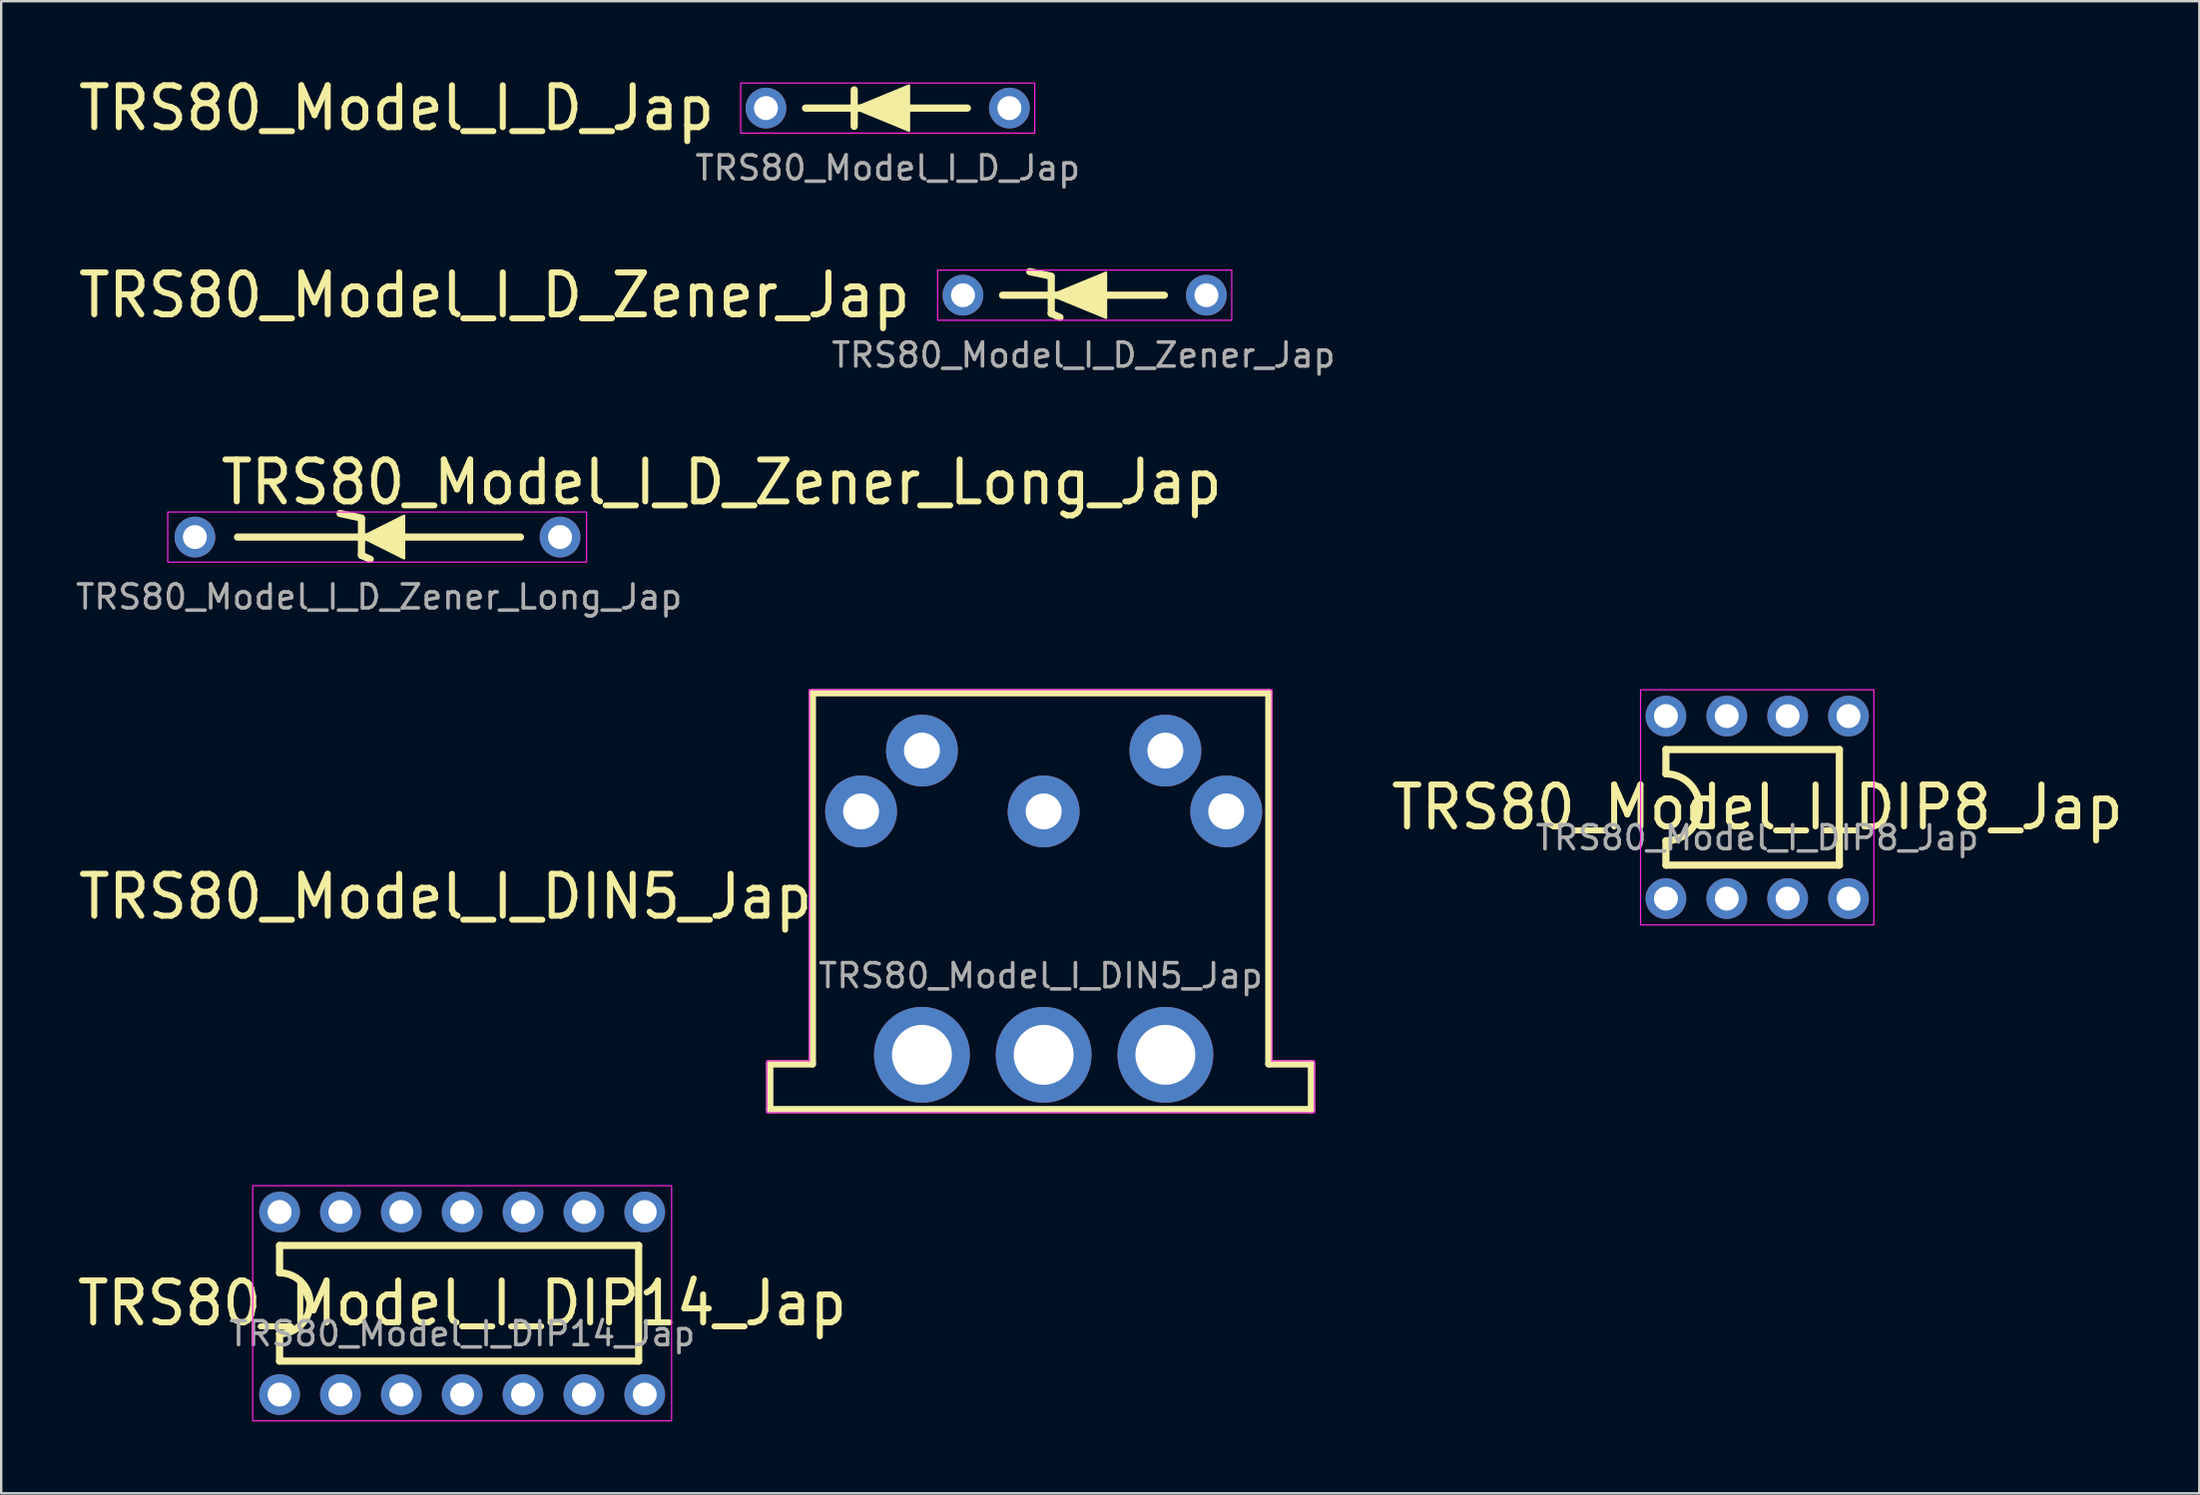
<source format=kicad_pcb>
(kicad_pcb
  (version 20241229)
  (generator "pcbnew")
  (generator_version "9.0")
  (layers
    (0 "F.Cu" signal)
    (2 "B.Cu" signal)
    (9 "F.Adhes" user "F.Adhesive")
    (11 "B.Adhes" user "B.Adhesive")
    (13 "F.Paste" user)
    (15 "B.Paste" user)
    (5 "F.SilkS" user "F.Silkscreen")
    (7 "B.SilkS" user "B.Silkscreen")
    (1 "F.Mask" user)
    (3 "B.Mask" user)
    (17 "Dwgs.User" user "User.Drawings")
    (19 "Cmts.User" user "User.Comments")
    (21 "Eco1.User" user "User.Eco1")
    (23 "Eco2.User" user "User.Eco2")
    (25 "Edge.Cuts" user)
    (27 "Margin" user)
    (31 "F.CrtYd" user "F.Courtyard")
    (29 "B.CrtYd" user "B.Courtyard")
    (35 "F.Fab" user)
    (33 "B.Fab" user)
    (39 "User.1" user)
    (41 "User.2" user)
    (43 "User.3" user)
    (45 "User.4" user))
  (footprint "TRS80_Model_I_D_Zener_Long_Jap"
    (layer "F.Cu")
    (at 12.768 19.37)
    (property "Reference" "TRS80_Model_I_D_Zener_Long_Jap" (at -6.731 -2.286 0) (unlocked yes) (layer "F.SilkS") (effects (font (size 1.75 1.65) (thickness 0.25)) (justify left)))
    (attr through_hole)
    (fp_line (start -5.905 0) (end 5.905 0) (stroke (width 0.3) (type solid)) (layer "F.SilkS"))
    (fp_line (start -1.626 -0.984) (end -0.731 -0.794) (stroke (width 0.3) (type solid)) (layer "F.SilkS"))
    (fp_line (start -0.731 -0.762) (end -0.731 0.762) (stroke (width 0.3) (type solid)) (layer "F.SilkS"))
    (fp_line (start -0.731 0.762) (end -0.365 0.925) (stroke (width 0.3) (type solid)) (layer "F.SilkS"))
    (fp_poly (pts (xy -0.731 0) (xy 1.047 -0.889) (xy 1.047 0.889)) (stroke (width 0.1) (type solid)) (fill yes) (layer "F.SilkS"))
    (fp_rect (start -8.817 -1.046) (end 8.666 1.046) (stroke (width 0.05) (type default)) (fill no) (layer "F.CrtYd"))
    (fp_text user "${REFERENCE}" (at 0 2.5 0) (unlocked yes) (layer "F.Fab") (effects (font (size 1 1) (thickness 0.15))))
    (pad "1" thru_hole circle (at -7.684 0) (size 1.7 1.7) (drill 1) (layers "*.Cu" "*.Mask"))
    (pad "2" thru_hole circle (at 7.556 0) (size 1.7 1.7) (drill 1) (layers "*.Cu" "*.Mask")))
  (footprint "TRS80_Model_I_DIN5_Jap"
    (layer "F.Cu")
    (at 40.382 34.379)
    (property "Reference" "TRS80_Model_I_DIN5_Jap" (at -9.398 0 0) (unlocked yes) (layer "F.SilkS") (effects (font (size 1.75 1.65) (thickness 0.25)) (justify right)))
    (attr through_hole)
    (fp_line (start -11.303 6.985) (end -11.303 8.89) (stroke (width 0.3) (type solid)) (layer "F.SilkS"))
    (fp_line (start -11.303 6.985) (end -9.525 6.985) (stroke (width 0.3) (type solid)) (layer "F.SilkS"))
    (fp_line (start -9.525 -8.509) (end 9.525 -8.509) (stroke (width 0.3) (type solid)) (layer "F.SilkS"))
    (fp_line (start -9.525 6.985) (end -9.525 -8.509) (stroke (width 0.3) (type solid)) (layer "F.SilkS"))
    (fp_line (start 9.525 6.985) (end 9.525 -8.509) (stroke (width 0.3) (type solid)) (layer "F.SilkS"))
    (fp_line (start 9.525 6.985) (end 11.303 6.985) (stroke (width 0.3) (type solid)) (layer "F.SilkS"))
    (fp_line (start 11.303 6.985) (end 11.303 8.89) (stroke (width 0.3) (type solid)) (layer "F.SilkS"))
    (fp_line (start 11.303 8.89) (end -11.303 8.89) (stroke (width 0.3) (type solid)) (layer "F.SilkS"))
    (fp_line (start -11.43 6.858) (end -11.43 9.017) (stroke (width 0.05) (type default)) (layer "F.CrtYd"))
    (fp_line (start -11.43 9.017) (end 11.43 9.017) (stroke (width 0.05) (type default)) (layer "F.CrtYd"))
    (fp_line (start -9.652 -8.636) (end -9.652 6.858) (stroke (width 0.05) (type default)) (layer "F.CrtYd"))
    (fp_line (start -9.652 6.858) (end -11.43 6.858) (stroke (width 0.05) (type default)) (layer "F.CrtYd"))
    (fp_line (start 9.652 -8.636) (end -9.652 -8.636) (stroke (width 0.05) (type default)) (layer "F.CrtYd"))
    (fp_line (start 9.652 6.858) (end 9.652 -8.636) (stroke (width 0.05) (type default)) (layer "F.CrtYd"))
    (fp_line (start 11.43 6.858) (end 9.652 6.858) (stroke (width 0.05) (type default)) (layer "F.CrtYd"))
    (fp_line (start 11.43 9.017) (end 11.43 6.858) (stroke (width 0.05) (type default)) (layer "F.CrtYd"))
    (fp_text user "${REFERENCE}" (at 0 3.302 0) (unlocked yes) (layer "F.Fab") (effects (font (size 1 1) (thickness 0.15))))
    (pad "1" thru_hole circle (at 7.747 -3.556) (size 3 3) (drill 1.5) (layers "*.Cu" "*.Mask"))
    (pad "2" thru_hole circle (at 0.127 -3.556) (size 3 3) (drill 1.5) (layers "*.Cu" "*.Mask"))
    (pad "3" thru_hole circle (at -7.493 -3.556) (size 3 3) (drill 1.5) (layers "*.Cu" "*.Mask"))
    (pad "4" thru_hole circle (at 5.207 -6.096) (size 3 3) (drill 1.5) (layers "*.Cu" "*.Mask"))
    (pad "5" thru_hole circle (at -4.953 -6.096) (size 3 3) (drill 1.5) (layers "*.Cu" "*.Mask"))
    (pad "6" thru_hole circle (at -4.953 6.604) (size 4 4) (drill 2.5) (layers "*.Cu" "*.Mask"))
    (pad "6" thru_hole circle (at 0.127 6.604) (size 4 4) (drill 2.5) (layers "*.Cu" "*.Mask"))
    (pad "6" thru_hole circle (at 5.207 6.604) (size 4 4) (drill 2.5) (layers "*.Cu" "*.Mask")))
  (footprint "TRS80_Model_I_DIP14_Jap"
    (layer "F.Cu")
    (at 16.239 51.355)
    (property "Reference" "TRS80_Model_I_DIP14_Jap" (at 0 0 0) (unlocked yes) (layer "F.SilkS") (effects (font (size 1.75 1.65) (thickness 0.25))))
    (attr through_hole)
    (fp_line (start -7.62 -1.27) (end -7.62 -2.413) (stroke (width 0.3) (type solid)) (layer "F.SilkS"))
    (fp_line (start -7.62 2.413) (end -7.62 1.27) (stroke (width 0.3) (type solid)) (layer "F.SilkS"))
    (fp_line (start 7.366 -2.413) (end -7.62 -2.413) (stroke (width 0.3) (type solid)) (layer "F.SilkS"))
    (fp_line (start 7.366 -2.413) (end 7.366 2.413) (stroke (width 0.3) (type solid)) (layer "F.SilkS"))
    (fp_line (start 7.366 2.413) (end -7.62 2.413) (stroke (width 0.3) (type solid)) (layer "F.SilkS"))
    (fp_arc (start -7.62 -1.27) (mid -6.35 0) (end -7.62 1.27) (stroke (width 0.3) (type solid)) (layer "F.SilkS"))
    (fp_rect (start -8.742 -4.909) (end 8.742 4.909) (stroke (width 0.05) (type default)) (fill no) (layer "F.CrtYd"))
    (fp_text user "${REFERENCE}" (at 0 1.27 0) (unlocked yes) (layer "F.Fab") (effects (font (size 1 1) (thickness 0.15))))
    (pad "1" thru_hole circle (at -7.62 3.81) (size 1.7 1.7) (drill 1) (layers "*.Cu" "*.Mask"))
    (pad "2" thru_hole circle (at -5.08 3.81) (size 1.7 1.7) (drill 1) (layers "*.Cu" "*.Mask"))
    (pad "3" thru_hole circle (at -2.54 3.81) (size 1.7 1.7) (drill 1) (layers "*.Cu" "*.Mask"))
    (pad "4" thru_hole circle (at 0 3.81) (size 1.7 1.7) (drill 1) (layers "*.Cu" "*.Mask"))
    (pad "5" thru_hole circle (at 2.54 3.81) (size 1.7 1.7) (drill 1) (layers "*.Cu" "*.Mask"))
    (pad "6" thru_hole circle (at 5.08 3.81) (size 1.7 1.7) (drill 1) (layers "*.Cu" "*.Mask"))
    (pad "7" thru_hole circle (at 7.62 3.81) (size 1.7 1.7) (drill 1) (layers "*.Cu" "*.Mask"))
    (pad "8" thru_hole circle (at 7.62 -3.81) (size 1.7 1.7) (drill 1) (layers "*.Cu" "*.Mask"))
    (pad "9" thru_hole circle (at 5.08 -3.81) (size 1.7 1.7) (drill 1) (layers "*.Cu" "*.Mask"))
    (pad "10" thru_hole circle (at 2.54 -3.81) (size 1.7 1.7) (drill 1) (layers "*.Cu" "*.Mask"))
    (pad "11" thru_hole circle (at 0 -3.81) (size 1.7 1.7) (drill 1) (layers "*.Cu" "*.Mask"))
    (pad "12" thru_hole circle (at -2.54 -3.81) (size 1.7 1.7) (drill 1) (layers "*.Cu" "*.Mask"))
    (pad "13" thru_hole circle (at -5.08 -3.81) (size 1.7 1.7) (drill 1) (layers "*.Cu" "*.Mask"))
    (pad "14" thru_hole circle (at -7.62 -3.81) (size 1.7 1.7) (drill 1) (layers "*.Cu" "*.Mask")))
  (footprint "TRS80_Model_I_D_Zener_Jap"
    (layer "F.Cu")
    (at 42.17 9.273)
    (property "Reference" "TRS80_Model_I_D_Zener_Jap" (at -7.1 0 0) (unlocked yes) (layer "F.SilkS") (effects (font (size 1.75 1.65) (thickness 0.25)) (justify right)))
    (attr through_hole)
    (fp_line (start -3.377 0) (end 3.377 0) (stroke (width 0.3) (type solid)) (layer "F.SilkS"))
    (fp_line (start -2.24 -0.984) (end -1.345 -0.794) (stroke (width 0.3) (type solid)) (layer "F.SilkS"))
    (fp_line (start -1.345 -0.762) (end -1.345 0.762) (stroke (width 0.3) (type solid)) (layer "F.SilkS"))
    (fp_line (start -1.345 0.762) (end -0.979 0.925) (stroke (width 0.3) (type solid)) (layer "F.SilkS"))
    (fp_poly (pts (xy -1.345 0) (xy 0.941 -0.941) (xy 0.941 0.941)) (stroke (width 0.1) (type solid)) (fill yes) (layer "F.SilkS"))
    (fp_rect (start -6.087 -1.046) (end 6.189 1.046) (stroke (width 0.05) (type default)) (fill no) (layer "F.CrtYd"))
    (fp_text user "${REFERENCE}" (at 0 2.5 0) (unlocked yes) (layer "F.Fab") (effects (font (size 1 1) (thickness 0.15))))
    (pad "1" thru_hole circle (at -5.029 0) (size 1.7 1.7) (drill 1) (layers "*.Cu" "*.Mask"))
    (pad "2" thru_hole circle (at 5.131 0) (size 1.7 1.7) (drill 1) (layers "*.Cu" "*.Mask")))
  (footprint "TRS80_Model_I_DIP8_Jap"
    (layer "F.Cu")
    (at 70.29 30.652)
    (property "Reference" "TRS80_Model_I_DIP8_Jap" (at 0 0 0) (unlocked yes) (layer "F.SilkS") (effects (font (size 1.75 1.65) (thickness 0.25))))
    (attr through_hole)
    (fp_line (start -3.81 -2.413) (end 3.429 -2.413) (stroke (width 0.3) (type solid)) (layer "F.SilkS"))
    (fp_line (start -3.81 -1.397) (end -3.81 -2.413) (stroke (width 0.3) (type solid)) (layer "F.SilkS"))
    (fp_line (start -3.81 2.413) (end -3.81 1.397) (stroke (width 0.3) (type solid)) (layer "F.SilkS"))
    (fp_line (start -3.81 2.413) (end 3.429 2.413) (stroke (width 0.3) (type solid)) (layer "F.SilkS"))
    (fp_line (start 3.429 -2.413) (end 3.429 2.413) (stroke (width 0.3) (type solid)) (layer "F.SilkS"))
    (fp_arc (start -3.81 -1.397) (mid -2.413 0) (end -3.81 1.397) (stroke (width 0.3) (type solid)) (layer "F.SilkS"))
    (fp_rect (start -4.869 -4.909) (end 4.869 4.909) (stroke (width 0.05) (type default)) (fill no) (layer "F.CrtYd"))
    (fp_text user "${REFERENCE}" (at 0 1.27 0) (unlocked yes) (layer "F.Fab") (effects (font (size 1 1) (thickness 0.15))))
    (pad "1" thru_hole circle (at -3.81 3.81) (size 1.7 1.7) (drill 1) (layers "*.Cu" "*.Mask"))
    (pad "2" thru_hole circle (at -1.27 3.81) (size 1.7 1.7) (drill 1) (layers "*.Cu" "*.Mask"))
    (pad "3" thru_hole circle (at 1.27 3.81) (size 1.7 1.7) (drill 1) (layers "*.Cu" "*.Mask"))
    (pad "4" thru_hole circle (at 3.81 3.81) (size 1.7 1.7) (drill 1) (layers "*.Cu" "*.Mask"))
    (pad "5" thru_hole circle (at 3.81 -3.81) (size 1.7 1.7) (drill 1) (layers "*.Cu" "*.Mask"))
    (pad "6" thru_hole circle (at 1.27 -3.81) (size 1.7 1.7) (drill 1) (layers "*.Cu" "*.Mask"))
    (pad "7" thru_hole circle (at -1.27 -3.81) (size 1.7 1.7) (drill 1) (layers "*.Cu" "*.Mask"))
    (pad "8" thru_hole circle (at -3.81 -3.81) (size 1.7 1.7) (drill 1) (layers "*.Cu" "*.Mask")))
  (footprint "TRS80_Model_I_D_Jap"
    (layer "F.Cu")
    (at 33.999 1.462)
    (property "Reference" "TRS80_Model_I_D_Jap" (at -7.1 0 0) (unlocked yes) (layer "F.SilkS") (effects (font (size 1.75 1.65) (thickness 0.25)) (justify right)))
    (attr through_hole)
    (fp_line (start -3.429 0) (end 3.326 0) (stroke (width 0.3) (type solid)) (layer "F.SilkS"))
    (fp_line (start -1.397 -0.762) (end -1.397 0.762) (stroke (width 0.3) (type solid)) (layer "F.SilkS"))
    (fp_poly (pts (xy -1.397 0) (xy 0.889 -0.941) (xy 0.889 0.941)) (stroke (width 0.1) (type solid)) (fill yes) (layer "F.SilkS"))
    (fp_rect (start -6.138 -1.046) (end 6.138 1.046) (stroke (width 0.05) (type default)) (fill no) (layer "F.CrtYd"))
    (fp_text user "${REFERENCE}" (at 0 2.5 0) (unlocked yes) (layer "F.Fab") (effects (font (size 1 1) (thickness 0.15))))
    (pad "1" thru_hole circle (at -5.08 0) (size 1.7 1.7) (drill 1) (layers "*.Cu" "*.Mask"))
    (pad "2" thru_hole circle (at 5.08 0) (size 1.7 1.7) (drill 1) (layers "*.Cu" "*.Mask")))
  (gr_rect
    (start -3 -3)
    (end 88.743 59.289)
    (stroke (width 0.1) (type default))
    (fill no)
    (layer "Edge.Cuts")))
</source>
